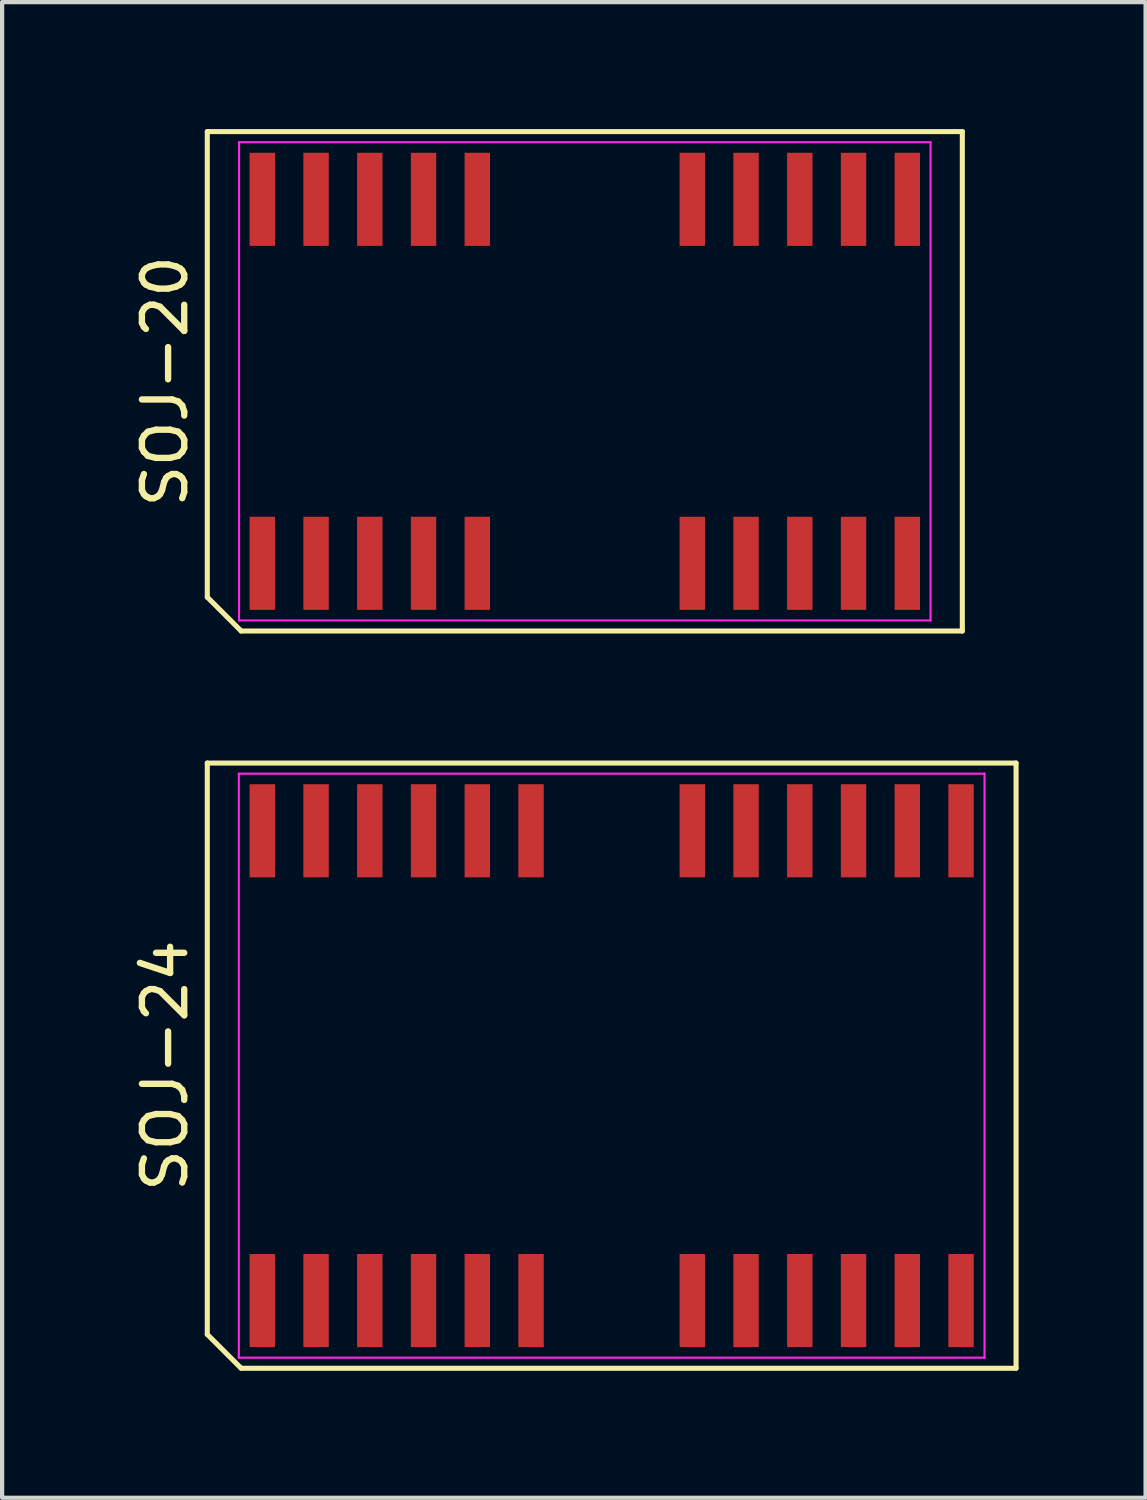
<source format=kicad_pcb>
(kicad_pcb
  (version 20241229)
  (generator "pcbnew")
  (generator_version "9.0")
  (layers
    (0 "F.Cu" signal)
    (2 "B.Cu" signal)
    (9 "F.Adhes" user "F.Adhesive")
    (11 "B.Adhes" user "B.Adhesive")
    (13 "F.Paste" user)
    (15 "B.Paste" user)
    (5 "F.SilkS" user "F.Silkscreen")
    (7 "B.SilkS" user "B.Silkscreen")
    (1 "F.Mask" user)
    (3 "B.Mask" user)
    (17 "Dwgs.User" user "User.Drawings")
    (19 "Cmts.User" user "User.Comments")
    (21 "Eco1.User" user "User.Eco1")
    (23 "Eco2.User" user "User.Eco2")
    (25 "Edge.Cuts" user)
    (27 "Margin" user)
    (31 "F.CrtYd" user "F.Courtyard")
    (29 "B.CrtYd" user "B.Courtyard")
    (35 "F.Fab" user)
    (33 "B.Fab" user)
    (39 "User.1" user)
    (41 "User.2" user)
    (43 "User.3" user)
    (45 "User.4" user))
  (footprint "SOJ-20"
    (layer "F.Cu")
    (at 10.768 5.96)
    (property "Reference" "SOJ-20" (at -9.92 0 90) (layer "F.SilkS") (effects (font (size 1 1) (thickness 0.15))))
    (attr smd)
    (fp_line (start -8.92 -5.9) (end 8.92 -5.9) (stroke (width 0.12) (type solid)) (layer "F.SilkS"))
    (fp_line (start -8.92 5.1) (end -8.92 -5.9) (stroke (width 0.12) (type solid)) (layer "F.SilkS"))
    (fp_line (start -8.12 5.9) (end -8.92 5.1) (stroke (width 0.12) (type solid)) (layer "F.SilkS"))
    (fp_line (start 8.92 -5.9) (end 8.92 5.9) (stroke (width 0.12) (type solid)) (layer "F.SilkS"))
    (fp_line (start 8.92 5.9) (end -8.12 5.9) (stroke (width 0.12) (type solid)) (layer "F.SilkS"))
    (fp_line (start -8.17 -5.65) (end 8.17 -5.65) (stroke (width 0.05) (type solid)) (layer "F.CrtYd"))
    (fp_line (start -8.17 5.65) (end -8.17 -5.65) (stroke (width 0.05) (type solid)) (layer "F.CrtYd"))
    (fp_line (start 8.17 -5.65) (end 8.17 5.65) (stroke (width 0.05) (type solid)) (layer "F.CrtYd"))
    (fp_line (start 8.17 5.65) (end -8.17 5.65) (stroke (width 0.05) (type solid)) (layer "F.CrtYd"))
    (pad "1" smd rect (at -7.62 4.3) (size 0.6 2.2) (layers "F.Cu" "F.Mask" "F.Paste"))
    (pad "2" smd rect (at -6.35 4.3) (size 0.6 2.2) (layers "F.Cu" "F.Mask" "F.Paste"))
    (pad "3" smd rect (at -5.08 4.3) (size 0.6 2.2) (layers "F.Cu" "F.Mask" "F.Paste"))
    (pad "4" smd rect (at -3.81 4.3) (size 0.6 2.2) (layers "F.Cu" "F.Mask" "F.Paste"))
    (pad "5" smd rect (at -2.54 4.3) (size 0.6 2.2) (layers "F.Cu" "F.Mask" "F.Paste"))
    (pad "6" smd rect (at 2.54 4.3) (size 0.6 2.2) (layers "F.Cu" "F.Mask" "F.Paste"))
    (pad "7" smd rect (at 3.81 4.3) (size 0.6 2.2) (layers "F.Cu" "F.Mask" "F.Paste"))
    (pad "8" smd rect (at 5.08 4.3) (size 0.6 2.2) (layers "F.Cu" "F.Mask" "F.Paste"))
    (pad "9" smd rect (at 6.35 4.3) (size 0.6 2.2) (layers "F.Cu" "F.Mask" "F.Paste"))
    (pad "10" smd rect (at 7.62 4.3) (size 0.6 2.2) (layers "F.Cu" "F.Mask" "F.Paste"))
    (pad "11" smd rect (at 7.62 -4.3) (size 0.6 2.2) (layers "F.Cu" "F.Mask" "F.Paste"))
    (pad "12" smd rect (at 6.35 -4.3) (size 0.6 2.2) (layers "F.Cu" "F.Mask" "F.Paste"))
    (pad "13" smd rect (at 5.08 -4.3) (size 0.6 2.2) (layers "F.Cu" "F.Mask" "F.Paste"))
    (pad "14" smd rect (at 3.81 -4.3) (size 0.6 2.2) (layers "F.Cu" "F.Mask" "F.Paste"))
    (pad "15" smd rect (at 2.54 -4.3) (size 0.6 2.2) (layers "F.Cu" "F.Mask" "F.Paste"))
    (pad "16" smd rect (at -2.54 -4.3) (size 0.6 2.2) (layers "F.Cu" "F.Mask" "F.Paste"))
    (pad "17" smd rect (at -3.81 -4.3) (size 0.6 2.2) (layers "F.Cu" "F.Mask" "F.Paste"))
    (pad "18" smd rect (at -5.08 -4.3) (size 0.6 2.2) (layers "F.Cu" "F.Mask" "F.Paste"))
    (pad "19" smd rect (at -6.35 -4.3) (size 0.6 2.2) (layers "F.Cu" "F.Mask" "F.Paste"))
    (pad "20" smd rect (at -7.62 -4.3) (size 0.6 2.2) (layers "F.Cu" "F.Mask" "F.Paste")))
  (footprint "SOJ-24"
    (layer "F.Cu")
    (at 11.403 22.13)
    (property "Reference" "SOJ-24" (at -10.555 0 90) (layer "F.SilkS") (effects (font (size 1 1) (thickness 0.15))))
    (attr smd)
    (fp_line (start -9.555 -7.15) (end 9.555 -7.15) (stroke (width 0.12) (type solid)) (layer "F.SilkS"))
    (fp_line (start -9.555 6.35) (end -9.555 -7.15) (stroke (width 0.12) (type solid)) (layer "F.SilkS"))
    (fp_line (start -8.755 7.15) (end -9.555 6.35) (stroke (width 0.12) (type solid)) (layer "F.SilkS"))
    (fp_line (start 9.555 -7.15) (end 9.555 7.15) (stroke (width 0.12) (type solid)) (layer "F.SilkS"))
    (fp_line (start 9.555 7.15) (end -8.755 7.15) (stroke (width 0.12) (type solid)) (layer "F.SilkS"))
    (fp_line (start -8.81 -6.9) (end 8.81 -6.9) (stroke (width 0.05) (type solid)) (layer "F.CrtYd"))
    (fp_line (start -8.81 6.9) (end -8.81 -6.9) (stroke (width 0.05) (type solid)) (layer "F.CrtYd"))
    (fp_line (start 8.81 -6.9) (end 8.81 6.9) (stroke (width 0.05) (type solid)) (layer "F.CrtYd"))
    (fp_line (start 8.81 6.9) (end -8.81 6.9) (stroke (width 0.05) (type solid)) (layer "F.CrtYd"))
    (pad "1" smd rect (at -8.255 5.55) (size 0.6 2.2) (layers "F.Cu" "F.Mask" "F.Paste"))
    (pad "2" smd rect (at -6.985 5.55) (size 0.6 2.2) (layers "F.Cu" "F.Mask" "F.Paste"))
    (pad "3" smd rect (at -5.715 5.55) (size 0.6 2.2) (layers "F.Cu" "F.Mask" "F.Paste"))
    (pad "4" smd rect (at -4.445 5.55) (size 0.6 2.2) (layers "F.Cu" "F.Mask" "F.Paste"))
    (pad "5" smd rect (at -3.175 5.55) (size 0.6 2.2) (layers "F.Cu" "F.Mask" "F.Paste"))
    (pad "6" smd rect (at -1.905 5.55) (size 0.6 2.2) (layers "F.Cu" "F.Mask" "F.Paste"))
    (pad "7" smd rect (at 1.905 5.55) (size 0.6 2.2) (layers "F.Cu" "F.Mask" "F.Paste"))
    (pad "8" smd rect (at 3.175 5.55) (size 0.6 2.2) (layers "F.Cu" "F.Mask" "F.Paste"))
    (pad "9" smd rect (at 4.445 5.55) (size 0.6 2.2) (layers "F.Cu" "F.Mask" "F.Paste"))
    (pad "10" smd rect (at 5.715 5.55) (size 0.6 2.2) (layers "F.Cu" "F.Mask" "F.Paste"))
    (pad "11" smd rect (at 6.985 5.55) (size 0.6 2.2) (layers "F.Cu" "F.Mask" "F.Paste"))
    (pad "12" smd rect (at 8.255 5.55) (size 0.6 2.2) (layers "F.Cu" "F.Mask" "F.Paste"))
    (pad "13" smd rect (at 8.255 -5.55) (size 0.6 2.2) (layers "F.Cu" "F.Mask" "F.Paste"))
    (pad "14" smd rect (at 6.985 -5.55) (size 0.6 2.2) (layers "F.Cu" "F.Mask" "F.Paste"))
    (pad "15" smd rect (at 5.715 -5.55) (size 0.6 2.2) (layers "F.Cu" "F.Mask" "F.Paste"))
    (pad "16" smd rect (at 4.445 -5.55) (size 0.6 2.2) (layers "F.Cu" "F.Mask" "F.Paste"))
    (pad "17" smd rect (at 3.175 -5.55) (size 0.6 2.2) (layers "F.Cu" "F.Mask" "F.Paste"))
    (pad "18" smd rect (at 1.905 -5.55) (size 0.6 2.2) (layers "F.Cu" "F.Mask" "F.Paste"))
    (pad "19" smd rect (at -1.905 -5.55) (size 0.6 2.2) (layers "F.Cu" "F.Mask" "F.Paste"))
    (pad "20" smd rect (at -3.175 -5.55) (size 0.6 2.2) (layers "F.Cu" "F.Mask" "F.Paste"))
    (pad "21" smd rect (at -4.445 -5.55) (size 0.6 2.2) (layers "F.Cu" "F.Mask" "F.Paste"))
    (pad "22" smd rect (at -5.715 -5.55) (size 0.6 2.2) (layers "F.Cu" "F.Mask" "F.Paste"))
    (pad "23" smd rect (at -6.985 -5.55) (size 0.6 2.2) (layers "F.Cu" "F.Mask" "F.Paste"))
    (pad "24" smd rect (at -8.255 -5.55) (size 0.6 2.2) (layers "F.Cu" "F.Mask" "F.Paste")))
  (gr_rect
    (start -3 -3)
    (end 24.018 32.34)
    (stroke (width 0.1) (type default))
    (fill no)
    (layer "Edge.Cuts")))
</source>
